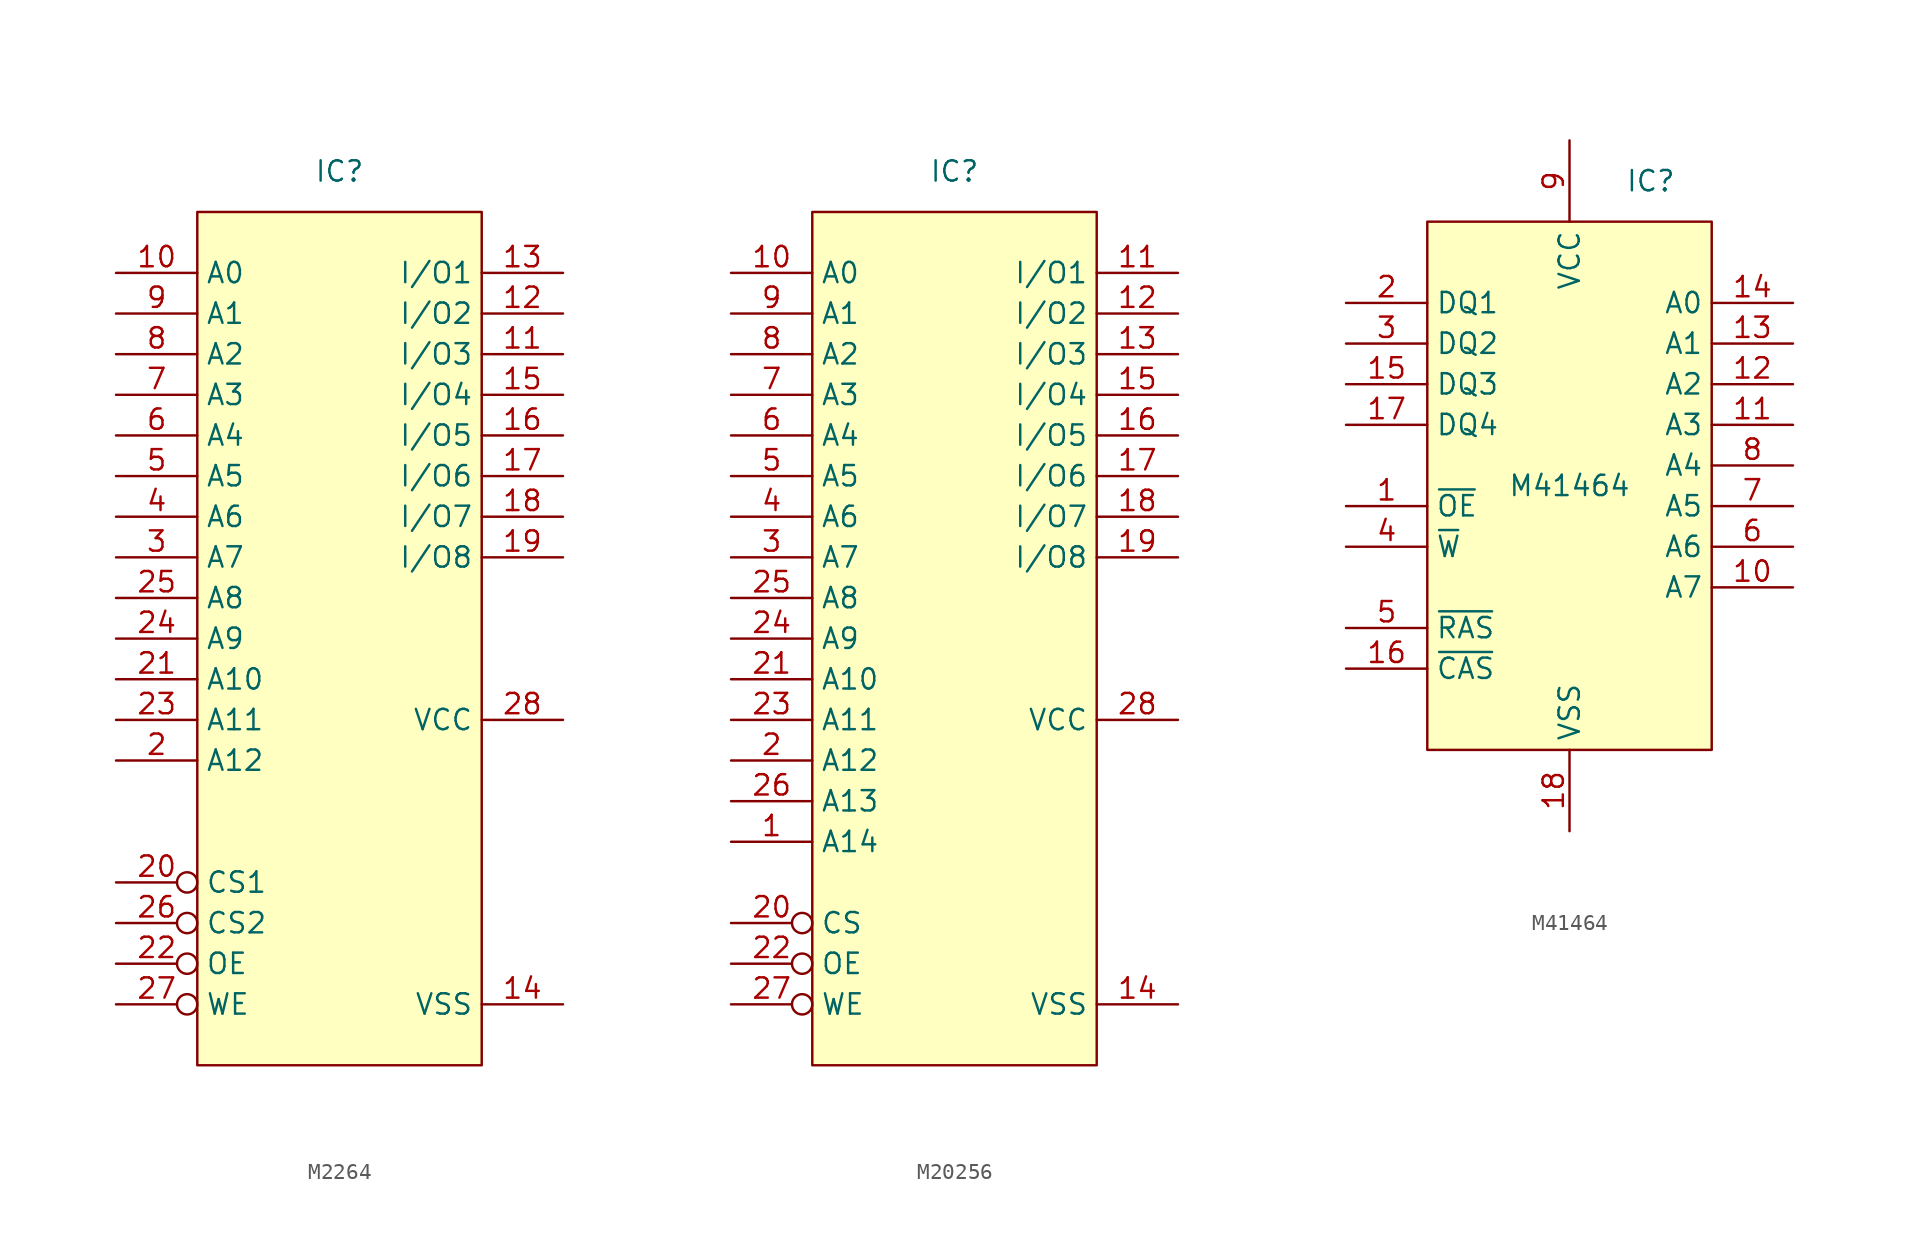
<source format=kicad_sym>
(kicad_symbol_lib
  (version 20220914)
  (generator kicad_symbol_editor)
  (symbol "M2264"
    (property "Reference" "IC"
      (at 0 0 0)
      (effects (font (size 1.27 1.27))))
    (property "Value" ""
      (at 0 0 0)
      (effects (font (size 1.27 1.27))))
    (symbol "M2264_1_1"
      (rectangle (start -8.89 -2.54) (end 8.89 -55.88) (stroke (width 0) (type default)) (fill (type background)))
      (pin no_connect line (at 13.97 -29.21 180) (length 5.08) hide (name "N/C" (effects (font (size 1.27 1.27)))) (number "1" (effects (font (size 1.27 1.27)))))
      (pin input line (at -13.97 -6.35 0) (length 5.08) (name "A0" (effects (font (size 1.27 1.27)))) (number "10" (effects (font (size 1.27 1.27)))))
      (pin bidirectional line (at 13.97 -11.43 180) (length 5.08) (name "I/O3" (effects (font (size 1.27 1.27)))) (number "11" (effects (font (size 1.27 1.27)))))
      (pin bidirectional line (at 13.97 -8.89 180) (length 5.08) (name "I/O2" (effects (font (size 1.27 1.27)))) (number "12" (effects (font (size 1.27 1.27)))))
      (pin bidirectional line (at 13.97 -6.35 180) (length 5.08) (name "I/O1" (effects (font (size 1.27 1.27)))) (number "13" (effects (font (size 1.27 1.27)))))
      (pin power_in line (at 13.97 -52.07 180) (length 5.08) (name "VSS" (effects (font (size 1.27 1.27)))) (number "14" (effects (font (size 1.27 1.27)))))
      (pin bidirectional line (at 13.97 -13.97 180) (length 5.08) (name "I/O4" (effects (font (size 1.27 1.27)))) (number "15" (effects (font (size 1.27 1.27)))))
      (pin bidirectional line (at 13.97 -16.51 180) (length 5.08) (name "I/O5" (effects (font (size 1.27 1.27)))) (number "16" (effects (font (size 1.27 1.27)))))
      (pin bidirectional line (at 13.97 -19.05 180) (length 5.08) (name "I/O6" (effects (font (size 1.27 1.27)))) (number "17" (effects (font (size 1.27 1.27)))))
      (pin bidirectional line (at 13.97 -21.59 180) (length 5.08) (name "I/O7" (effects (font (size 1.27 1.27)))) (number "18" (effects (font (size 1.27 1.27)))))
      (pin bidirectional line (at 13.97 -24.13 180) (length 5.08) (name "I/O8" (effects (font (size 1.27 1.27)))) (number "19" (effects (font (size 1.27 1.27)))))
      (pin input line (at -13.97 -36.83 0) (length 5.08) (name "A12" (effects (font (size 1.27 1.27)))) (number "2" (effects (font (size 1.27 1.27)))))
      (pin input inverted (at -13.97 -44.45 0) (length 5.08) (name "CS1" (effects (font (size 1.27 1.27)))) (number "20" (effects (font (size 1.27 1.27)))))
      (pin input line (at -13.97 -31.75 0) (length 5.08) (name "A10" (effects (font (size 1.27 1.27)))) (number "21" (effects (font (size 1.27 1.27)))))
      (pin input inverted (at -13.97 -49.53 0) (length 5.08) (name "OE" (effects (font (size 1.27 1.27)))) (number "22" (effects (font (size 1.27 1.27)))))
      (pin input line (at -13.97 -34.29 0) (length 5.08) (name "A11" (effects (font (size 1.27 1.27)))) (number "23" (effects (font (size 1.27 1.27)))))
      (pin input line (at -13.97 -29.21 0) (length 5.08) (name "A9" (effects (font (size 1.27 1.27)))) (number "24" (effects (font (size 1.27 1.27)))))
      (pin input line (at -13.97 -26.67 0) (length 5.08) (name "A8" (effects (font (size 1.27 1.27)))) (number "25" (effects (font (size 1.27 1.27)))))
      (pin input inverted (at -13.97 -46.99 0) (length 5.08) (name "CS2" (effects (font (size 1.27 1.27)))) (number "26" (effects (font (size 1.27 1.27)))))
      (pin input inverted (at -13.97 -52.07 0) (length 5.08) (name "WE" (effects (font (size 1.27 1.27)))) (number "27" (effects (font (size 1.27 1.27)))))
      (pin power_in line (at 13.97 -34.29 180) (length 5.08) (name "VCC" (effects (font (size 1.27 1.27)))) (number "28" (effects (font (size 1.27 1.27)))))
      (pin input line (at -13.97 -24.13 0) (length 5.08) (name "A7" (effects (font (size 1.27 1.27)))) (number "3" (effects (font (size 1.27 1.27)))))
      (pin input line (at -13.97 -21.59 0) (length 5.08) (name "A6" (effects (font (size 1.27 1.27)))) (number "4" (effects (font (size 1.27 1.27)))))
      (pin input line (at -13.97 -19.05 0) (length 5.08) (name "A5" (effects (font (size 1.27 1.27)))) (number "5" (effects (font (size 1.27 1.27)))))
      (pin input line (at -13.97 -16.51 0) (length 5.08) (name "A4" (effects (font (size 1.27 1.27)))) (number "6" (effects (font (size 1.27 1.27)))))
      (pin input line (at -13.97 -13.97 0) (length 5.08) (name "A3" (effects (font (size 1.27 1.27)))) (number "7" (effects (font (size 1.27 1.27)))))
      (pin input line (at -13.97 -11.43 0) (length 5.08) (name "A2" (effects (font (size 1.27 1.27)))) (number "8" (effects (font (size 1.27 1.27)))))
      (pin input line (at -13.97 -8.89 0) (length 5.08) (name "A1" (effects (font (size 1.27 1.27)))) (number "9" (effects (font (size 1.27 1.27)))))))
  (symbol "M20256"
    (property "Reference" "IC"
      (at 0 0 0)
      (effects (font (size 1.27 1.27))))
    (property "Value" ""
      (at 0 0 0)
      (effects (font (size 1.27 1.27))))
    (symbol "M20256_1_1"
      (rectangle (start -8.89 -2.54) (end 8.89 -55.88) (stroke (width 0) (type default)) (fill (type background)))
      (pin input line (at -13.97 -41.91 0) (length 5.08) (name "A14" (effects (font (size 1.27 1.27)))) (number "1" (effects (font (size 1.27 1.27)))))
      (pin input line (at -13.97 -6.35 0) (length 5.08) (name "A0" (effects (font (size 1.27 1.27)))) (number "10" (effects (font (size 1.27 1.27)))))
      (pin bidirectional line (at 13.97 -6.35 180) (length 5.08) (name "I/O1" (effects (font (size 1.27 1.27)))) (number "11" (effects (font (size 1.27 1.27)))))
      (pin bidirectional line (at 13.97 -8.89 180) (length 5.08) (name "I/O2" (effects (font (size 1.27 1.27)))) (number "12" (effects (font (size 1.27 1.27)))))
      (pin bidirectional line (at 13.97 -11.43 180) (length 5.08) (name "I/O3" (effects (font (size 1.27 1.27)))) (number "13" (effects (font (size 1.27 1.27)))))
      (pin power_in line (at 13.97 -52.07 180) (length 5.08) (name "VSS" (effects (font (size 1.27 1.27)))) (number "14" (effects (font (size 1.27 1.27)))))
      (pin bidirectional line (at 13.97 -13.97 180) (length 5.08) (name "I/O4" (effects (font (size 1.27 1.27)))) (number "15" (effects (font (size 1.27 1.27)))))
      (pin bidirectional line (at 13.97 -16.51 180) (length 5.08) (name "I/O5" (effects (font (size 1.27 1.27)))) (number "16" (effects (font (size 1.27 1.27)))))
      (pin bidirectional line (at 13.97 -19.05 180) (length 5.08) (name "I/O6" (effects (font (size 1.27 1.27)))) (number "17" (effects (font (size 1.27 1.27)))))
      (pin bidirectional line (at 13.97 -21.59 180) (length 5.08) (name "I/O7" (effects (font (size 1.27 1.27)))) (number "18" (effects (font (size 1.27 1.27)))))
      (pin bidirectional line (at 13.97 -24.13 180) (length 5.08) (name "I/O8" (effects (font (size 1.27 1.27)))) (number "19" (effects (font (size 1.27 1.27)))))
      (pin input line (at -13.97 -36.83 0) (length 5.08) (name "A12" (effects (font (size 1.27 1.27)))) (number "2" (effects (font (size 1.27 1.27)))))
      (pin input inverted (at -13.97 -46.99 0) (length 5.08) (name "CS" (effects (font (size 1.27 1.27)))) (number "20" (effects (font (size 1.27 1.27)))))
      (pin input line (at -13.97 -31.75 0) (length 5.08) (name "A10" (effects (font (size 1.27 1.27)))) (number "21" (effects (font (size 1.27 1.27)))))
      (pin input inverted (at -13.97 -49.53 0) (length 5.08) (name "OE" (effects (font (size 1.27 1.27)))) (number "22" (effects (font (size 1.27 1.27)))))
      (pin input line (at -13.97 -34.29 0) (length 5.08) (name "A11" (effects (font (size 1.27 1.27)))) (number "23" (effects (font (size 1.27 1.27)))))
      (pin input line (at -13.97 -29.21 0) (length 5.08) (name "A9" (effects (font (size 1.27 1.27)))) (number "24" (effects (font (size 1.27 1.27)))))
      (pin input line (at -13.97 -26.67 0) (length 5.08) (name "A8" (effects (font (size 1.27 1.27)))) (number "25" (effects (font (size 1.27 1.27)))))
      (pin input line (at -13.97 -39.37 0) (length 5.08) (name "A13" (effects (font (size 1.27 1.27)))) (number "26" (effects (font (size 1.27 1.27)))))
      (pin input inverted (at -13.97 -52.07 0) (length 5.08) (name "WE" (effects (font (size 1.27 1.27)))) (number "27" (effects (font (size 1.27 1.27)))))
      (pin power_in line (at 13.97 -34.29 180) (length 5.08) (name "VCC" (effects (font (size 1.27 1.27)))) (number "28" (effects (font (size 1.27 1.27)))))
      (pin input line (at -13.97 -24.13 0) (length 5.08) (name "A7" (effects (font (size 1.27 1.27)))) (number "3" (effects (font (size 1.27 1.27)))))
      (pin input line (at -13.97 -21.59 0) (length 5.08) (name "A6" (effects (font (size 1.27 1.27)))) (number "4" (effects (font (size 1.27 1.27)))))
      (pin input line (at -13.97 -19.05 0) (length 5.08) (name "A5" (effects (font (size 1.27 1.27)))) (number "5" (effects (font (size 1.27 1.27)))))
      (pin input line (at -13.97 -16.51 0) (length 5.08) (name "A4" (effects (font (size 1.27 1.27)))) (number "6" (effects (font (size 1.27 1.27)))))
      (pin input line (at -13.97 -13.97 0) (length 5.08) (name "A3" (effects (font (size 1.27 1.27)))) (number "7" (effects (font (size 1.27 1.27)))))
      (pin input line (at -13.97 -11.43 0) (length 5.08) (name "A2" (effects (font (size 1.27 1.27)))) (number "8" (effects (font (size 1.27 1.27)))))
      (pin input line (at -13.97 -8.89 0) (length 5.08) (name "A1" (effects (font (size 1.27 1.27)))) (number "9" (effects (font (size 1.27 1.27)))))))
  (symbol "M41464"
    (property "Reference" "IC"
      (at 5.08 19.05 0)
      (effects (font (size 1.27 1.27))))
    (property "Value" "M41464"
      (at 0 0 0)
      (effects (font (size 1.27 1.27))))
    (symbol "M41464_1_1"
      (rectangle (start -8.89 16.51) (end 8.89 -16.51) (stroke (width 0) (type default)) (fill (type background)))
      (pin input line (at -13.97 -1.27 0) (length 5.08) (name "~{OE}" (effects (font (size 1.27 1.27)))) (number "1" (effects (font (size 1.27 1.27)))))
      (pin input line (at 13.97 -6.35 180) (length 5.08) (name "A7" (effects (font (size 1.27 1.27)))) (number "10" (effects (font (size 1.27 1.27)))))
      (pin input line (at 13.97 3.81 180) (length 5.08) (name "A3" (effects (font (size 1.27 1.27)))) (number "11" (effects (font (size 1.27 1.27)))))
      (pin input line (at 13.97 6.35 180) (length 5.08) (name "A2" (effects (font (size 1.27 1.27)))) (number "12" (effects (font (size 1.27 1.27)))))
      (pin input line (at 13.97 8.89 180) (length 5.08) (name "A1" (effects (font (size 1.27 1.27)))) (number "13" (effects (font (size 1.27 1.27)))))
      (pin input line (at 13.97 11.43 180) (length 5.08) (name "A0" (effects (font (size 1.27 1.27)))) (number "14" (effects (font (size 1.27 1.27)))))
      (pin bidirectional line (at -13.97 6.35 0) (length 5.08) (name "DQ3" (effects (font (size 1.27 1.27)))) (number "15" (effects (font (size 1.27 1.27)))))
      (pin input line (at -13.97 -11.43 0) (length 5.08) (name "~{CAS}" (effects (font (size 1.27 1.27)))) (number "16" (effects (font (size 1.27 1.27)))))
      (pin bidirectional line (at -13.97 3.81 0) (length 5.08) (name "DQ4" (effects (font (size 1.27 1.27)))) (number "17" (effects (font (size 1.27 1.27)))))
      (pin power_out line (at 0 -21.59 90) (length 5.08) (name "VSS" (effects (font (size 1.27 1.27)))) (number "18" (effects (font (size 1.27 1.27)))))
      (pin bidirectional line (at -13.97 11.43 0) (length 5.08) (name "DQ1" (effects (font (size 1.27 1.27)))) (number "2" (effects (font (size 1.27 1.27)))))
      (pin bidirectional line (at -13.97 8.89 0) (length 5.08) (name "DQ2" (effects (font (size 1.27 1.27)))) (number "3" (effects (font (size 1.27 1.27)))))
      (pin input line (at -13.97 -3.81 0) (length 5.08) (name "~{W}" (effects (font (size 1.27 1.27)))) (number "4" (effects (font (size 1.27 1.27)))))
      (pin input line (at -13.97 -8.89 0) (length 5.08) (name "~{RAS}" (effects (font (size 1.27 1.27)))) (number "5" (effects (font (size 1.27 1.27)))))
      (pin input line (at 13.97 -3.81 180) (length 5.08) (name "A6" (effects (font (size 1.27 1.27)))) (number "6" (effects (font (size 1.27 1.27)))))
      (pin input line (at 13.97 -1.27 180) (length 5.08) (name "A5" (effects (font (size 1.27 1.27)))) (number "7" (effects (font (size 1.27 1.27)))))
      (pin input line (at 13.97 1.27 180) (length 5.08) (name "A4" (effects (font (size 1.27 1.27)))) (number "8" (effects (font (size 1.27 1.27)))))
      (pin power_in line (at 0 21.59 270) (length 5.08) (name "VCC" (effects (font (size 1.27 1.27)))) (number "9" (effects (font (size 1.27 1.27))))))))
</source>
